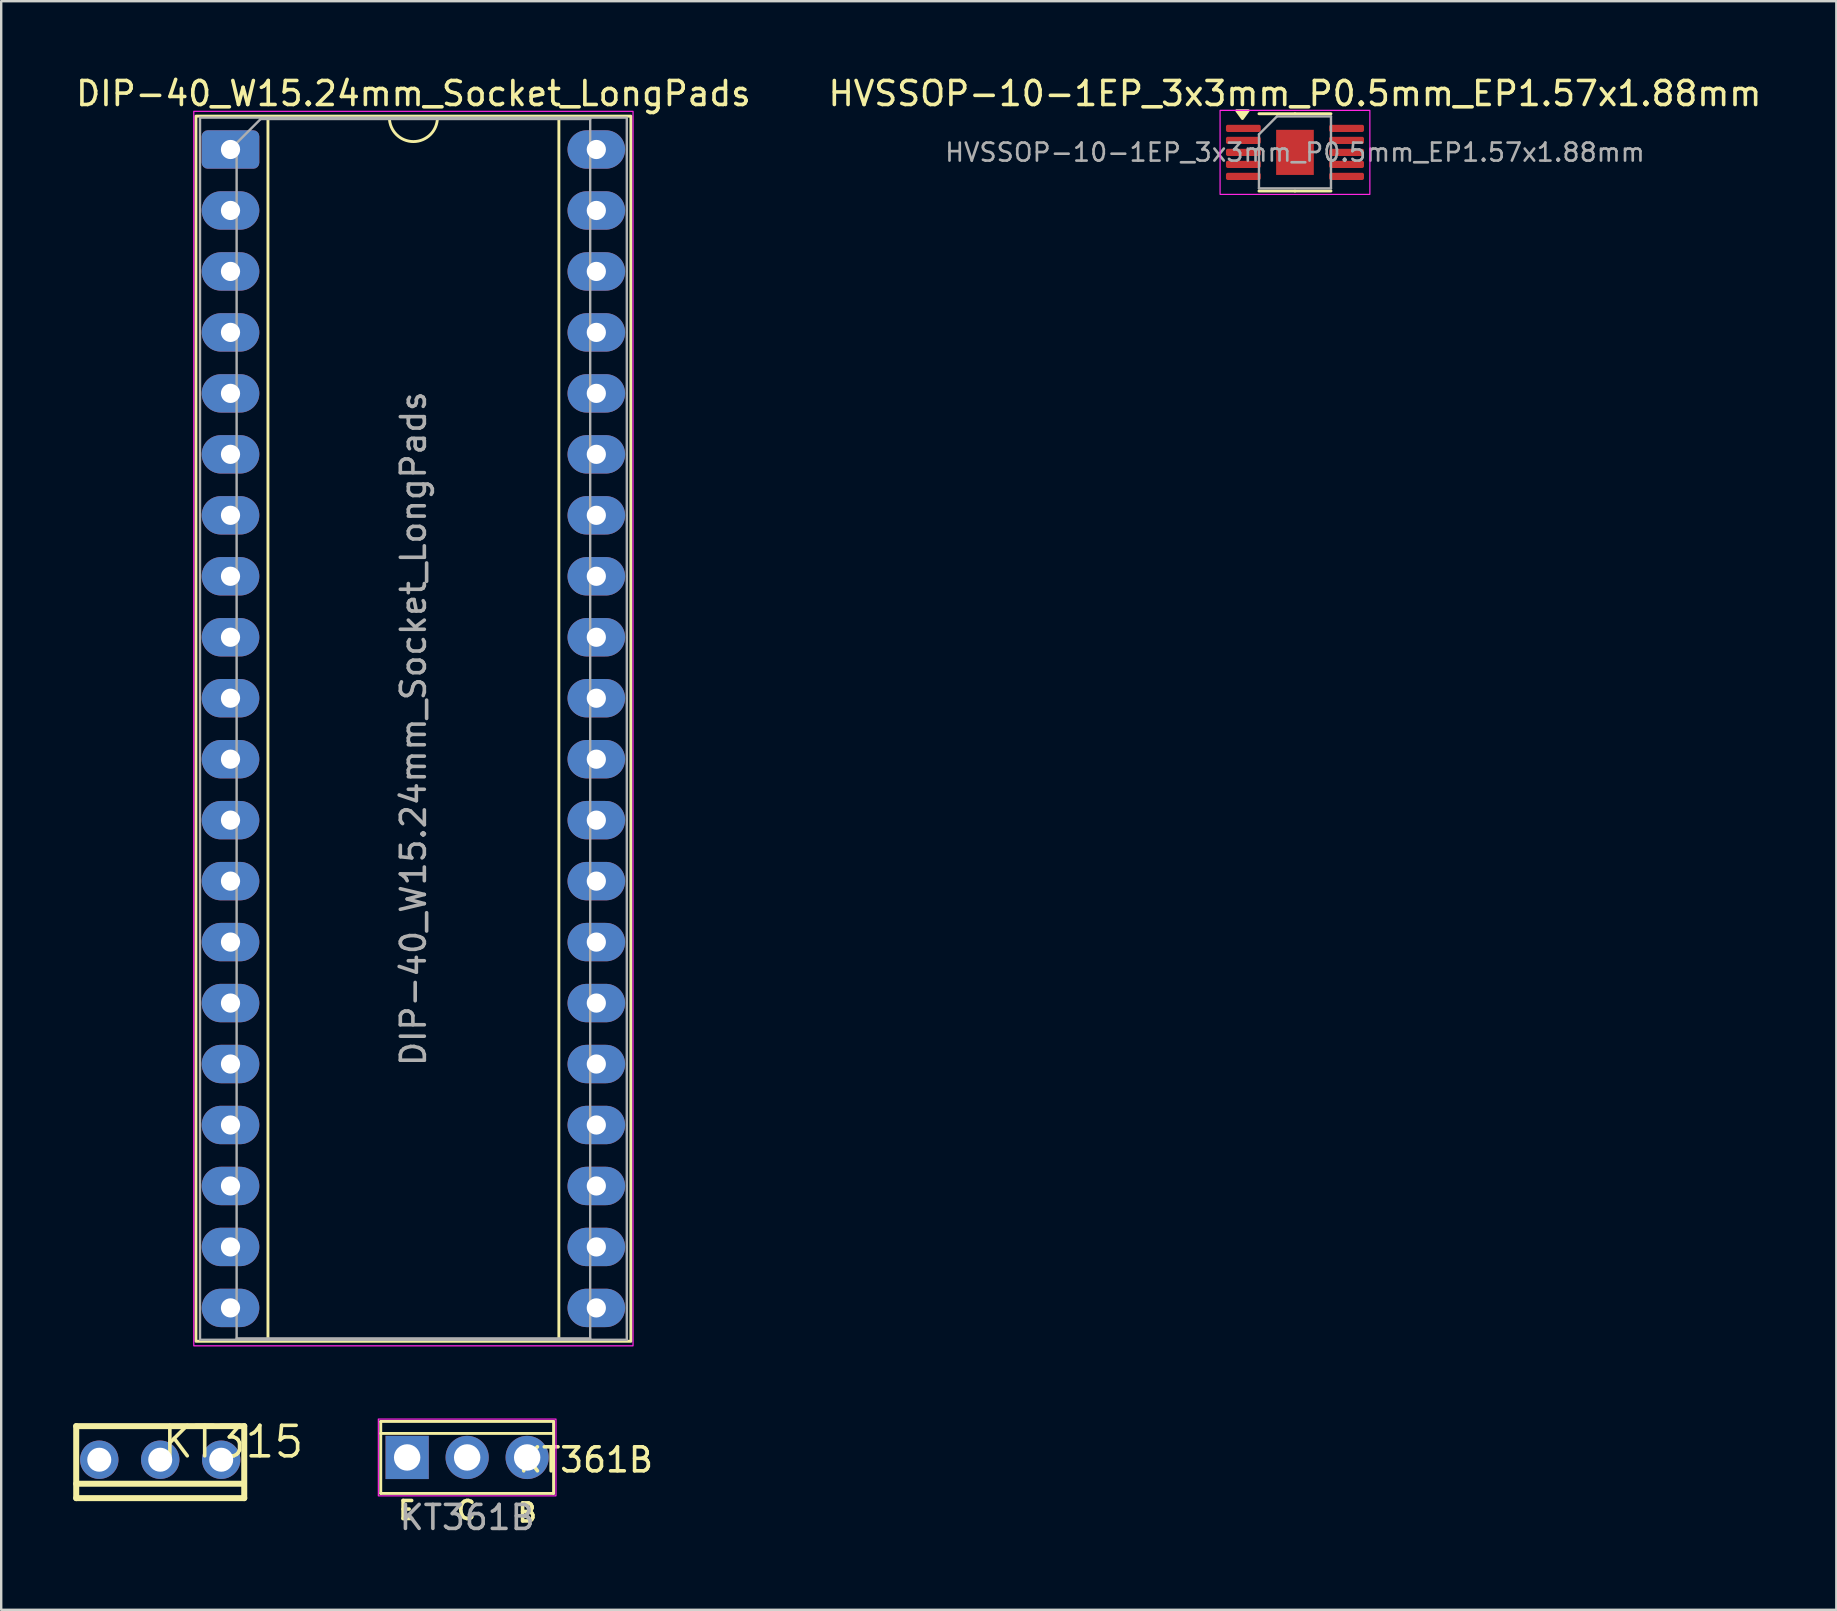
<source format=kicad_pcb>
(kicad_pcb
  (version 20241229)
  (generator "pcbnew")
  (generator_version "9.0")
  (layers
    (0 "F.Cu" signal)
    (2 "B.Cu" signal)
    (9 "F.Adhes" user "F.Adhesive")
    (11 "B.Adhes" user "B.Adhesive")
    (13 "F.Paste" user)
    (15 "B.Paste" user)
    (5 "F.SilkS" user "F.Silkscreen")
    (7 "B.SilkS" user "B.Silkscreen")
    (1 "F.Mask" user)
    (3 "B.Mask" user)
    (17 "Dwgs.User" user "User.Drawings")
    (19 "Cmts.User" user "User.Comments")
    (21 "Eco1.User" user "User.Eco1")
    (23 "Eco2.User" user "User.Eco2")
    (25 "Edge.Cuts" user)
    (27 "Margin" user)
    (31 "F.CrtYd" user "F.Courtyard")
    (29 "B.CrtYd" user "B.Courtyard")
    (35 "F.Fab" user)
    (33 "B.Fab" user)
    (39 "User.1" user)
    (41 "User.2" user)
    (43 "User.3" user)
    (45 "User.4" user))
  (footprint "DIP-40_W15.24mm_Socket_LongPads"
    (layer "F.Cu")
    (at 6.553 3.178)
    (property "Reference" "DIP-40_W15.24mm_Socket_LongPads" (at 7.62 -2.33 0) (layer "F.SilkS") (effects (font (size 1 1) (thickness 0.15))))
    (attr through_hole)
    (fp_line (start 1.56 -1.33) (end 1.56 49.59) (stroke (width 0.12) (type solid)) (layer "F.SilkS"))
    (fp_line (start 1.56 49.59) (end 13.68 49.59) (stroke (width 0.12) (type solid)) (layer "F.SilkS"))
    (fp_line (start 6.62 -1.33) (end 1.56 -1.33) (stroke (width 0.12) (type solid)) (layer "F.SilkS"))
    (fp_line (start 13.68 -1.33) (end 8.62 -1.33) (stroke (width 0.12) (type solid)) (layer "F.SilkS"))
    (fp_line (start 13.68 49.59) (end 13.68 -1.33) (stroke (width 0.12) (type solid)) (layer "F.SilkS"))
    (fp_rect (start -1.44 -1.39) (end 16.68 49.65) (stroke (width 0.12) (type solid)) (fill no) (layer "F.SilkS"))
    (fp_arc (start 8.62 -1.33) (mid 7.62 -0.33) (end 6.62 -1.33) (stroke (width 0.12) (type solid)) (layer "F.SilkS"))
    (fp_rect (start -1.53 -1.59) (end 16.77 49.84) (stroke (width 0.05) (type solid)) (fill no) (layer "F.CrtYd"))
    (fp_line (start 0.255 -0.27) (end 1.255 -1.27) (stroke (width 0.1) (type solid)) (layer "F.Fab"))
    (fp_line (start 0.255 49.53) (end 0.255 -0.27) (stroke (width 0.1) (type solid)) (layer "F.Fab"))
    (fp_line (start 1.255 -1.27) (end 14.985 -1.27) (stroke (width 0.1) (type solid)) (layer "F.Fab"))
    (fp_line (start 14.985 -1.27) (end 14.985 49.53) (stroke (width 0.1) (type solid)) (layer "F.Fab"))
    (fp_line (start 14.985 49.53) (end 0.255 49.53) (stroke (width 0.1) (type solid)) (layer "F.Fab"))
    (fp_rect (start -1.27 -1.33) (end 16.51 49.59) (stroke (width 0.1) (type solid)) (fill no) (layer "F.Fab"))
    (fp_text user "${REFERENCE}" (at 7.62 24.13 90) (layer "F.Fab") (effects (font (size 1 1) (thickness 0.15))))
    (pad "1" thru_hole roundrect (at 0 0) (size 2.4 1.6) (drill 0.8) (layers "*.Cu" "*.Mask") (roundrect_rratio 0.156))
    (pad "2" thru_hole oval (at 0 2.54) (size 2.4 1.6) (drill 0.8) (layers "*.Cu" "*.Mask"))
    (pad "3" thru_hole oval (at 0 5.08) (size 2.4 1.6) (drill 0.8) (layers "*.Cu" "*.Mask"))
    (pad "4" thru_hole oval (at 0 7.62) (size 2.4 1.6) (drill 0.8) (layers "*.Cu" "*.Mask"))
    (pad "5" thru_hole oval (at 0 10.16) (size 2.4 1.6) (drill 0.8) (layers "*.Cu" "*.Mask"))
    (pad "6" thru_hole oval (at 0 12.7) (size 2.4 1.6) (drill 0.8) (layers "*.Cu" "*.Mask"))
    (pad "7" thru_hole oval (at 0 15.24) (size 2.4 1.6) (drill 0.8) (layers "*.Cu" "*.Mask"))
    (pad "8" thru_hole oval (at 0 17.78) (size 2.4 1.6) (drill 0.8) (layers "*.Cu" "*.Mask"))
    (pad "9" thru_hole oval (at 0 20.32) (size 2.4 1.6) (drill 0.8) (layers "*.Cu" "*.Mask"))
    (pad "10" thru_hole oval (at 0 22.86) (size 2.4 1.6) (drill 0.8) (layers "*.Cu" "*.Mask"))
    (pad "11" thru_hole oval (at 0 25.4) (size 2.4 1.6) (drill 0.8) (layers "*.Cu" "*.Mask"))
    (pad "12" thru_hole oval (at 0 27.94) (size 2.4 1.6) (drill 0.8) (layers "*.Cu" "*.Mask"))
    (pad "13" thru_hole oval (at 0 30.48) (size 2.4 1.6) (drill 0.8) (layers "*.Cu" "*.Mask"))
    (pad "14" thru_hole oval (at 0 33.02) (size 2.4 1.6) (drill 0.8) (layers "*.Cu" "*.Mask"))
    (pad "15" thru_hole oval (at 0 35.56) (size 2.4 1.6) (drill 0.8) (layers "*.Cu" "*.Mask"))
    (pad "16" thru_hole oval (at 0 38.1) (size 2.4 1.6) (drill 0.8) (layers "*.Cu" "*.Mask"))
    (pad "17" thru_hole oval (at 0 40.64) (size 2.4 1.6) (drill 0.8) (layers "*.Cu" "*.Mask"))
    (pad "18" thru_hole oval (at 0 43.18) (size 2.4 1.6) (drill 0.8) (layers "*.Cu" "*.Mask"))
    (pad "19" thru_hole oval (at 0 45.72) (size 2.4 1.6) (drill 0.8) (layers "*.Cu" "*.Mask"))
    (pad "20" thru_hole oval (at 0 48.26) (size 2.4 1.6) (drill 0.8) (layers "*.Cu" "*.Mask"))
    (pad "21" thru_hole oval (at 15.24 48.26) (size 2.4 1.6) (drill 0.8) (layers "*.Cu" "*.Mask"))
    (pad "22" thru_hole oval (at 15.24 45.72) (size 2.4 1.6) (drill 0.8) (layers "*.Cu" "*.Mask"))
    (pad "23" thru_hole oval (at 15.24 43.18) (size 2.4 1.6) (drill 0.8) (layers "*.Cu" "*.Mask"))
    (pad "24" thru_hole oval (at 15.24 40.64) (size 2.4 1.6) (drill 0.8) (layers "*.Cu" "*.Mask"))
    (pad "25" thru_hole oval (at 15.24 38.1) (size 2.4 1.6) (drill 0.8) (layers "*.Cu" "*.Mask"))
    (pad "26" thru_hole oval (at 15.24 35.56) (size 2.4 1.6) (drill 0.8) (layers "*.Cu" "*.Mask"))
    (pad "27" thru_hole oval (at 15.24 33.02) (size 2.4 1.6) (drill 0.8) (layers "*.Cu" "*.Mask"))
    (pad "28" thru_hole oval (at 15.24 30.48) (size 2.4 1.6) (drill 0.8) (layers "*.Cu" "*.Mask"))
    (pad "29" thru_hole oval (at 15.24 27.94) (size 2.4 1.6) (drill 0.8) (layers "*.Cu" "*.Mask"))
    (pad "30" thru_hole oval (at 15.24 25.4) (size 2.4 1.6) (drill 0.8) (layers "*.Cu" "*.Mask"))
    (pad "31" thru_hole oval (at 15.24 22.86) (size 2.4 1.6) (drill 0.8) (layers "*.Cu" "*.Mask"))
    (pad "32" thru_hole oval (at 15.24 20.32) (size 2.4 1.6) (drill 0.8) (layers "*.Cu" "*.Mask"))
    (pad "33" thru_hole oval (at 15.24 17.78) (size 2.4 1.6) (drill 0.8) (layers "*.Cu" "*.Mask"))
    (pad "34" thru_hole oval (at 15.24 15.24) (size 2.4 1.6) (drill 0.8) (layers "*.Cu" "*.Mask"))
    (pad "35" thru_hole oval (at 15.24 12.7) (size 2.4 1.6) (drill 0.8) (layers "*.Cu" "*.Mask"))
    (pad "36" thru_hole oval (at 15.24 10.16) (size 2.4 1.6) (drill 0.8) (layers "*.Cu" "*.Mask"))
    (pad "37" thru_hole oval (at 15.24 7.62) (size 2.4 1.6) (drill 0.8) (layers "*.Cu" "*.Mask"))
    (pad "38" thru_hole oval (at 15.24 5.08) (size 2.4 1.6) (drill 0.8) (layers "*.Cu" "*.Mask"))
    (pad "39" thru_hole oval (at 15.24 2.54) (size 2.4 1.6) (drill 0.8) (layers "*.Cu" "*.Mask"))
    (pad "40" thru_hole oval (at 15.24 0) (size 2.4 1.6) (drill 0.8) (layers "*.Cu" "*.Mask")))
  (footprint "HVSSOP-10-1EP_3x3mm_P0.5mm_EP1.57x1.88mm"
    (layer "F.Cu")
    (at 50.899 3.298)
    (property "Reference" "HVSSOP-10-1EP_3x3mm_P0.5mm_EP1.57x1.88mm" (at 0 -2.45 0) (layer "F.SilkS") (effects (font (size 1 1) (thickness 0.15))))
    (attr smd)
    (fp_line (start 0 -1.61) (end -1.5 -1.61) (stroke (width 0.12) (type solid)) (layer "F.SilkS"))
    (fp_line (start 0 -1.61) (end 1.5 -1.61) (stroke (width 0.12) (type solid)) (layer "F.SilkS"))
    (fp_line (start 0 1.61) (end -1.5 1.61) (stroke (width 0.12) (type solid)) (layer "F.SilkS"))
    (fp_line (start 0 1.61) (end 1.5 1.61) (stroke (width 0.12) (type solid)) (layer "F.SilkS"))
    (fp_poly (pts (xy -2.188 -1.41) (xy -2.428 -1.74) (xy -1.948 -1.74)) (stroke (width 0.12) (type solid)) (fill yes) (layer "F.SilkS"))
    (fp_rect (start -3.12 -1.75) (end 3.12 1.75) (stroke (width 0.05) (type solid)) (fill no) (layer "F.CrtYd"))
    (fp_line (start -1.5 -0.75) (end -0.75 -1.5) (stroke (width 0.1) (type solid)) (layer "F.Fab"))
    (fp_line (start -1.5 1.5) (end -1.5 -0.75) (stroke (width 0.1) (type solid)) (layer "F.Fab"))
    (fp_line (start -0.75 -1.5) (end 1.5 -1.5) (stroke (width 0.1) (type solid)) (layer "F.Fab"))
    (fp_line (start 1.5 -1.5) (end 1.5 1.5) (stroke (width 0.1) (type solid)) (layer "F.Fab"))
    (fp_line (start 1.5 1.5) (end -1.5 1.5) (stroke (width 0.1) (type solid)) (layer "F.Fab"))
    (fp_text user "${REFERENCE}" (at 0 0 0) (layer "F.Fab") (effects (font (size 0.75 0.75) (thickness 0.11))))
    (pad "" smd roundrect (at -0.39 -0.47) (size 0.63 0.76) (layers "F.Paste") (roundrect_rratio 0.25))
    (pad "" smd roundrect (at -0.39 0.47) (size 0.63 0.76) (layers "F.Paste") (roundrect_rratio 0.25))
    (pad "" smd roundrect (at 0.39 -0.47) (size 0.63 0.76) (layers "F.Paste") (roundrect_rratio 0.25))
    (pad "" smd roundrect (at 0.39 0.47) (size 0.63 0.76) (layers "F.Paste") (roundrect_rratio 0.25))
    (pad "1" smd roundrect (at -2.15 -1) (size 1.45 0.3) (layers "F.Cu" "F.Mask" "F.Paste") (roundrect_rratio 0.25))
    (pad "2" smd roundrect (at -2.15 -0.5) (size 1.45 0.3) (layers "F.Cu" "F.Mask" "F.Paste") (roundrect_rratio 0.25))
    (pad "3" smd roundrect (at -2.15 0) (size 1.45 0.3) (layers "F.Cu" "F.Mask" "F.Paste") (roundrect_rratio 0.25))
    (pad "4" smd roundrect (at -2.15 0.5) (size 1.45 0.3) (layers "F.Cu" "F.Mask" "F.Paste") (roundrect_rratio 0.25))
    (pad "5" smd roundrect (at -2.15 1) (size 1.45 0.3) (layers "F.Cu" "F.Mask" "F.Paste") (roundrect_rratio 0.25))
    (pad "6" smd roundrect (at 2.15 1) (size 1.45 0.3) (layers "F.Cu" "F.Mask" "F.Paste") (roundrect_rratio 0.25))
    (pad "7" smd roundrect (at 2.15 0.5) (size 1.45 0.3) (layers "F.Cu" "F.Mask" "F.Paste") (roundrect_rratio 0.25))
    (pad "8" smd roundrect (at 2.15 0) (size 1.45 0.3) (layers "F.Cu" "F.Mask" "F.Paste") (roundrect_rratio 0.25))
    (pad "9" smd roundrect (at 2.15 -0.5) (size 1.45 0.3) (layers "F.Cu" "F.Mask" "F.Paste") (roundrect_rratio 0.25))
    (pad "10" smd roundrect (at 2.15 -1) (size 1.45 0.3) (layers "F.Cu" "F.Mask" "F.Paste") (roundrect_rratio 0.25))
    (pad "11" smd rect (at 0 0) (size 1.57 1.88) (property pad_prop_heatsink) (layers "F.Cu" "F.Mask")))
  (footprint "КТ361В"
    (layer "F.Cu")
    (at 16.412 57.668)
    (property "Reference" "КТ361В" (at 4.928 0.102 0) (unlocked yes) (layer "F.SilkS") (effects (font (size 1 1) (thickness 0.15))))
    (attr through_hole)
    (fp_line (start -3.6 -1.5) (end -3.6 1.5) (stroke (width 0.12) (type default)) (layer "F.SilkS"))
    (fp_line (start -3.6 -1) (end 3.6 -1) (stroke (width 0.12) (type default)) (layer "F.SilkS"))
    (fp_line (start -3.6 1.5) (end 3.6 1.5) (stroke (width 0.12) (type default)) (layer "F.SilkS"))
    (fp_line (start 3.6 -1.5) (end -3.6 -1.5) (stroke (width 0.12) (type default)) (layer "F.SilkS"))
    (fp_line (start 3.6 1.5) (end 3.6 -1.5) (stroke (width 0.12) (type default)) (layer "F.SilkS"))
    (fp_rect (start -3.7 -1.6) (end 3.7 1.6) (stroke (width 0.05) (type default)) (fill no) (layer "F.CrtYd"))
    (fp_text user "C" (at -0.508 2.642 0) (unlocked yes) (layer "F.SilkS") (effects (font (size 0.75 0.75) (thickness 0.15)) (justify left bottom)))
    (fp_text user "E" (at -2.946 2.642 0) (unlocked yes) (layer "F.SilkS") (effects (font (size 0.75 0.75) (thickness 0.15)) (justify left bottom)))
    (fp_text user "B" (at 2.032 2.743 0) (unlocked yes) (layer "F.SilkS") (effects (font (size 0.75 0.75) (thickness 0.15)) (justify left bottom)))
    (fp_text user "${REFERENCE}" (at 0 2.5 0) (unlocked yes) (layer "F.Fab") (effects (font (size 1 1) (thickness 0.15))))
    (pad "1" thru_hole rect (at -2.5 0) (size 1.8 1.8) (drill 1.1) (layers "*.Cu" "*.Mask"))
    (pad "2" thru_hole circle (at 0 0) (size 1.8 1.8) (drill 1.1) (layers "*.Cu" "*.Mask"))
    (pad "3" thru_hole circle (at 2.5 0) (size 1.8 1.8) (drill 1.1) (layers "*.Cu" "*.Mask")))
  (footprint "КТ315"
    (layer "F.Cu")
    (at 3.625 57.763)
    (property "Reference" "КТ315" (at 0 0 0) (layer "F.SilkS") (effects (font (size 1.27 1.27) (thickness 0.15)) (justify left bottom)))
    (fp_line (start -3.5 -1.4) (end 3.5 -1.4) (stroke (width 0.25) (type solid)) (layer "F.SilkS"))
    (fp_line (start -3.5 1) (end 3.4 1) (stroke (width 0.25) (type solid)) (layer "F.SilkS"))
    (fp_line (start -3.5 1.6) (end -3.5 -1.4) (stroke (width 0.25) (type solid)) (layer "F.SilkS"))
    (fp_line (start 3.5 -1.4) (end 3.5 1.6) (stroke (width 0.25) (type solid)) (layer "F.SilkS"))
    (fp_line (start 3.5 1.6) (end -3.5 1.6) (stroke (width 0.25) (type solid)) (layer "F.SilkS"))
    (pad "1" thru_hole circle (at -2.54 0) (size 1.6 1.6) (drill 1) (layers "*.Cu" "*.Mask"))
    (pad "2" thru_hole circle (at 0 0) (size 1.6 1.6) (drill 1) (layers "*.Cu" "*.Mask"))
    (pad "3" thru_hole circle (at 2.54 0) (size 1.6 1.6) (drill 1) (layers "*.Cu" "*.Mask")))
  (gr_rect
    (start -3 -3)
    (end 73.452 64.016)
    (stroke (width 0.1) (type default))
    (fill no)
    (layer "Edge.Cuts")))
</source>
